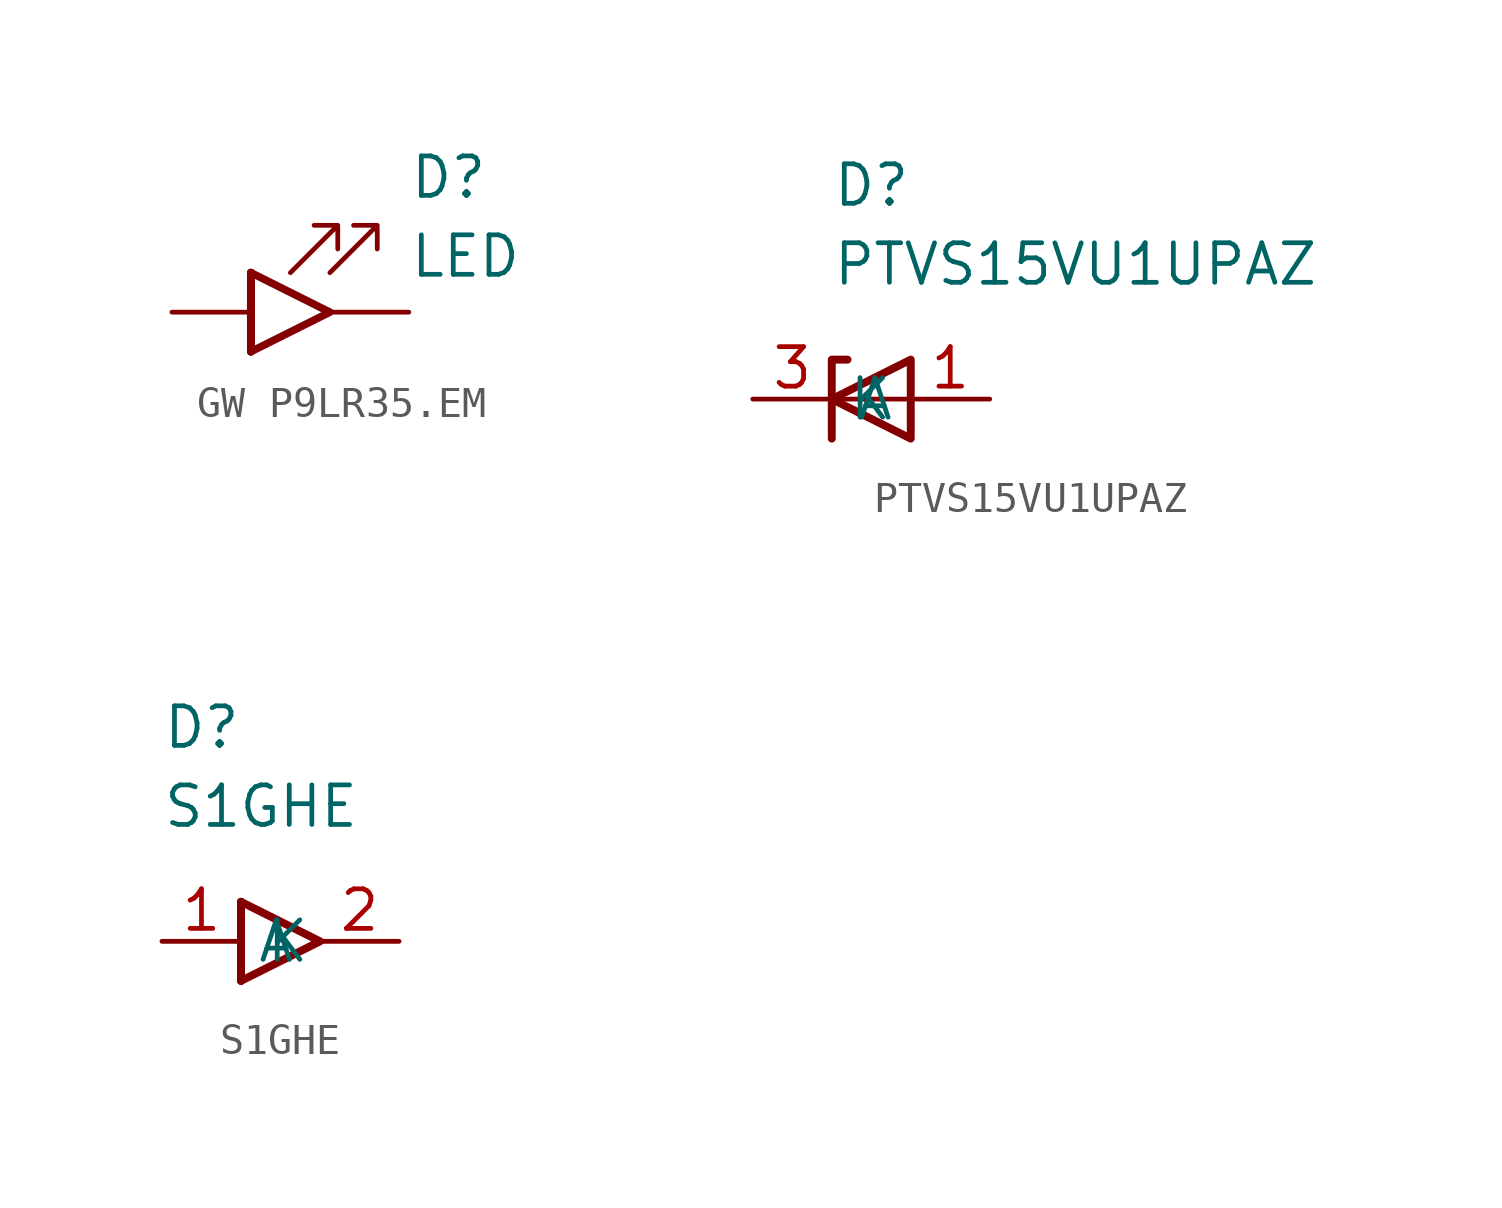
<source format=kicad_sym>
(kicad_symbol_lib
  (version 20241209)
  (generator "kicad_symbol_editor")
  (generator_version "9.0")
  (symbol "GW P9LR35.EM"
    (pin_numbers
      (hide yes))
    (pin_names
      (offset 1.016)
      (hide yes))
    (property "Reference" "D"
      (at 7.62 5.08 0)
      (effects (font (size 1.27 1.27)) (justify left top)))
    (property "Value" "LED"
      (at 7.62 2.54 0)
      (effects (font (size 1.27 1.27)) (justify left top)))
    (symbol "GW P9LR35.EM_0_1"
      (polyline (pts (xy 2.54 1.27) (xy 5.08 0) (xy 2.54 -1.27)) (stroke (width 0.245) (type default)) (fill (type none)))
      (polyline (pts (xy 2.54 0) (xy 2.54 0)) (stroke (width 0) (type default)) (fill (type none)))
      (polyline (pts (xy 2.54 -1.27) (xy 2.54 1.27)) (stroke (width 0.254) (type default)) (fill (type none)))
      (polyline (pts (xy 2.54 -1.27) (xy 2.54 1.27) (xy 2.54 0) (xy 2.54 -1.27)) (stroke (width 0.254) (type default)) (fill (type none)))
      (polyline (pts (xy 3.81 1.27) (xy 5.334 2.794) (xy 4.572 2.794) (xy 5.334 2.794) (xy 5.334 2.032)) (stroke (width 0) (type default)) (fill (type none)))
      (polyline (pts (xy 5.08 1.27) (xy 6.604 2.794) (xy 5.842 2.794) (xy 6.604 2.794) (xy 6.604 2.032)) (stroke (width 0) (type default)) (fill (type none))))
    (symbol "GW P9LR35.EM_1_1"
      (pin passive line (at 0 0 0) (length 2.54) (name "A" (effects (font (size 1.27 1.27)))) (number "A" (effects (font (size 1.27 1.27)))))
      (pin passive line (at 7.62 0 180) (length 2.54) (name "K" (effects (font (size 1.27 1.27)))) (number "K" (effects (font (size 1.27 1.27)))))))
  (symbol "PTVS15VU1UPAZ"
    (property "Reference" "D"
      (at 2.54 7.62 0)
      (effects (font (size 1.27 1.27)) (justify left top)))
    (property "Value" "PTVS15VU1UPAZ"
      (at 2.54 5.08 0)
      (effects (font (size 1.27 1.27)) (justify left top)))
    (symbol "PTVS15VU1UPAZ_0_1"
      (polyline (pts (xy 2.54 -1.27) (xy 2.54 1.27) (xy 3.048 1.27)) (stroke (width 0.254) (type default)) (fill (type none)))
      (polyline (pts (xy 5.08 0) (xy 2.54 0)) (stroke (width 0) (type default)) (fill (type none)))
      (polyline (pts (xy 5.08 -1.27) (xy 5.08 1.27) (xy 2.54 0) (xy 5.08 -1.27)) (stroke (width 0.254) (type default)) (fill (type none))))
    (symbol "PTVS15VU1UPAZ_1_1"
      (pin passive line (at 0 0 0) (length 2.54) (name "K" (effects (font (size 1.27 1.27)))) (number "3" (effects (font (size 1.27 1.27)))))
      (pin passive line (at 7.62 0 180) (length 2.54) (name "A" (effects (font (size 1.27 1.27)))) (number "1" (effects (font (size 1.27 1.27)))))
      (pin passive line (at 7.62 0 180) (length 2.54) (hide yes) (name "A" (effects (font (size 1.27 1.27)))) (number "2" (effects (font (size 1.27 1.27)))))))
  (symbol "S1GHE"
    (pin_names
      (offset 0.762))
    (property "Reference" "D"
      (at 0 7.62 0)
      (effects (font (size 1.27 1.27)) (justify left top)))
    (property "Value" "S1GHE"
      (at 0 5.08 0)
      (effects (font (size 1.27 1.27)) (justify left top)))
    (symbol "S1GHE_0_1"
      (polyline (pts (xy 2.54 1.27) (xy 2.54 -1.27)) (stroke (width 0.254) (type default)) (fill (type none)))
      (polyline (pts (xy 2.54 1.27) (xy 5.08 0) (xy 2.54 -1.27)) (stroke (width 0.254) (type default)) (fill (type none)))
      (polyline (pts (xy 2.54 1.27) (xy 2.54 -1.27) (xy 2.54 0) (xy 2.54 1.27)) (stroke (width 0.254) (type default)) (fill (type none)))
      (polyline (pts (xy 2.54 0) (xy 2.54 0)) (stroke (width 0) (type default)) (fill (type none))))
    (symbol "S1GHE_1_1"
      (pin passive line (at 0 0 0) (length 2.54) (name "K" (effects (font (size 1.27 1.27)))) (number "1" (effects (font (size 1.27 1.27)))))
      (pin passive line (at 7.62 0 180) (length 2.54) (name "A" (effects (font (size 1.27 1.27)))) (number "2" (effects (font (size 1.27 1.27))))))))
</source>
